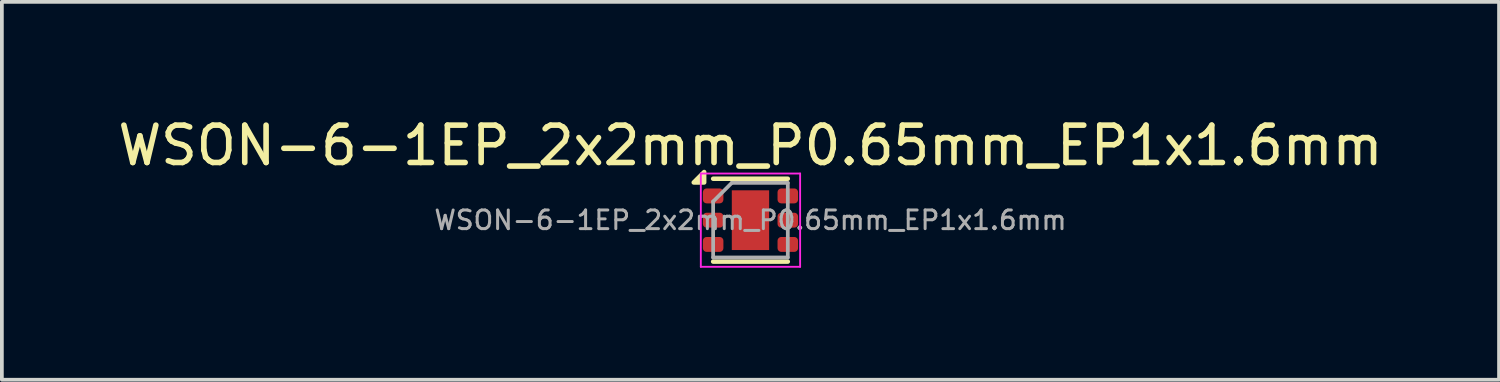
<source format=kicad_pcb>
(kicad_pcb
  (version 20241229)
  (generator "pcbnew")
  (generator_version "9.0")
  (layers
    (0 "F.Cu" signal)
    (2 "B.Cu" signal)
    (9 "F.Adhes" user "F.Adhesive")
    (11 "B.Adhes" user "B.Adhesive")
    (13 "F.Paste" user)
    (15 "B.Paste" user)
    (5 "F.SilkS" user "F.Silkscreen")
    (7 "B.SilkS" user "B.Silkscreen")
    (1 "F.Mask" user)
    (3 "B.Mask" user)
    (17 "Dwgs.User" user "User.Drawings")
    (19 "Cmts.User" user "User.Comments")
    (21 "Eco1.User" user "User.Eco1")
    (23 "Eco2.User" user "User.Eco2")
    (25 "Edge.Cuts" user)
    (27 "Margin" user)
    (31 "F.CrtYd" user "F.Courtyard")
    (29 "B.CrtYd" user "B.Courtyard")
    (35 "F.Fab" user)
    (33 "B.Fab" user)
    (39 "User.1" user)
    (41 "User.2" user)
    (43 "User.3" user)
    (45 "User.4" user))
  (footprint "WSON-6-1EP_2x2mm_P0.65mm_EP1x1.6mm"
    (layer "F.Cu")
    (at 17.054 2.848)
    (property "Reference" "WSON-6-1EP_2x2mm_P0.65mm_EP1x1.6mm" (at 0 -2 0) (unlocked yes) (layer "F.SilkS") (effects (font (size 1 1) (thickness 0.15))))
    (attr smd)
    (fp_line (start -1 -1.11) (end 1 -1.11) (stroke (width 0.12) (type solid)) (layer "F.SilkS"))
    (fp_line (start -1 1.11) (end 1 1.11) (stroke (width 0.12) (type solid)) (layer "F.SilkS"))
    (fp_poly (pts (xy -1.24 -1.01) (xy -1.52 -1.01) (xy -1.24 -1.29) (xy -1.24 -1.01)) (stroke (width 0.12) (type solid)) (fill yes) (layer "F.SilkS"))
    (fp_line (start -1.33 -1.25) (end -1.33 1.25) (stroke (width 0.05) (type solid)) (layer "F.CrtYd"))
    (fp_line (start -1.33 1.25) (end 1.33 1.25) (stroke (width 0.05) (type solid)) (layer "F.CrtYd"))
    (fp_line (start 1.33 -1.25) (end -1.33 -1.25) (stroke (width 0.05) (type solid)) (layer "F.CrtYd"))
    (fp_line (start 1.33 1.25) (end 1.33 -1.25) (stroke (width 0.05) (type solid)) (layer "F.CrtYd"))
    (fp_line (start -1 -0.5) (end -0.5 -1) (stroke (width 0.1) (type solid)) (layer "F.Fab"))
    (fp_line (start -1 1) (end -1 -0.5) (stroke (width 0.1) (type solid)) (layer "F.Fab"))
    (fp_line (start -0.5 -1) (end 1 -1) (stroke (width 0.1) (type solid)) (layer "F.Fab"))
    (fp_line (start 1 -1) (end 1 1) (stroke (width 0.1) (type solid)) (layer "F.Fab"))
    (fp_line (start 1 1) (end -1 1) (stroke (width 0.1) (type solid)) (layer "F.Fab"))
    (fp_text user "${REFERENCE}" (at 0 0 0) (layer "F.Fab") (effects (font (size 0.5 0.5) (thickness 0.08))))
    (pad "" smd roundrect (at 0 -0.4) (size 0.81 0.64) (layers "F.Paste") (roundrect_rratio 0.25))
    (pad "" smd roundrect (at 0 0.4) (size 0.81 0.64) (layers "F.Paste") (roundrect_rratio 0.25))
    (pad "1" smd roundrect (at -1 -0.65) (size 0.55 0.4) (layers "F.Cu" "F.Mask" "F.Paste") (roundrect_rratio 0.25))
    (pad "2" smd roundrect (at -1 0) (size 0.55 0.4) (layers "F.Cu" "F.Mask" "F.Paste") (roundrect_rratio 0.25))
    (pad "3" smd roundrect (at -1 0.65) (size 0.55 0.4) (layers "F.Cu" "F.Mask" "F.Paste") (roundrect_rratio 0.25))
    (pad "4" smd roundrect (at 1 0.65) (size 0.55 0.4) (layers "F.Cu" "F.Mask" "F.Paste") (roundrect_rratio 0.25))
    (pad "5" smd roundrect (at 1 0) (size 0.55 0.4) (layers "F.Cu" "F.Mask" "F.Paste") (roundrect_rratio 0.25))
    (pad "6" smd roundrect (at 1 -0.65) (size 0.55 0.4) (layers "F.Cu" "F.Mask" "F.Paste") (roundrect_rratio 0.25))
    (pad "7" smd rect (at 0 0) (size 1 1.6) (property pad_prop_heatsink) (layers "F.Cu" "F.Mask")))
  (gr_rect
    (start -3 -3)
    (end 37.107 7.123)
    (stroke (width 0.1) (type default))
    (fill no)
    (layer "Edge.Cuts")))
</source>
